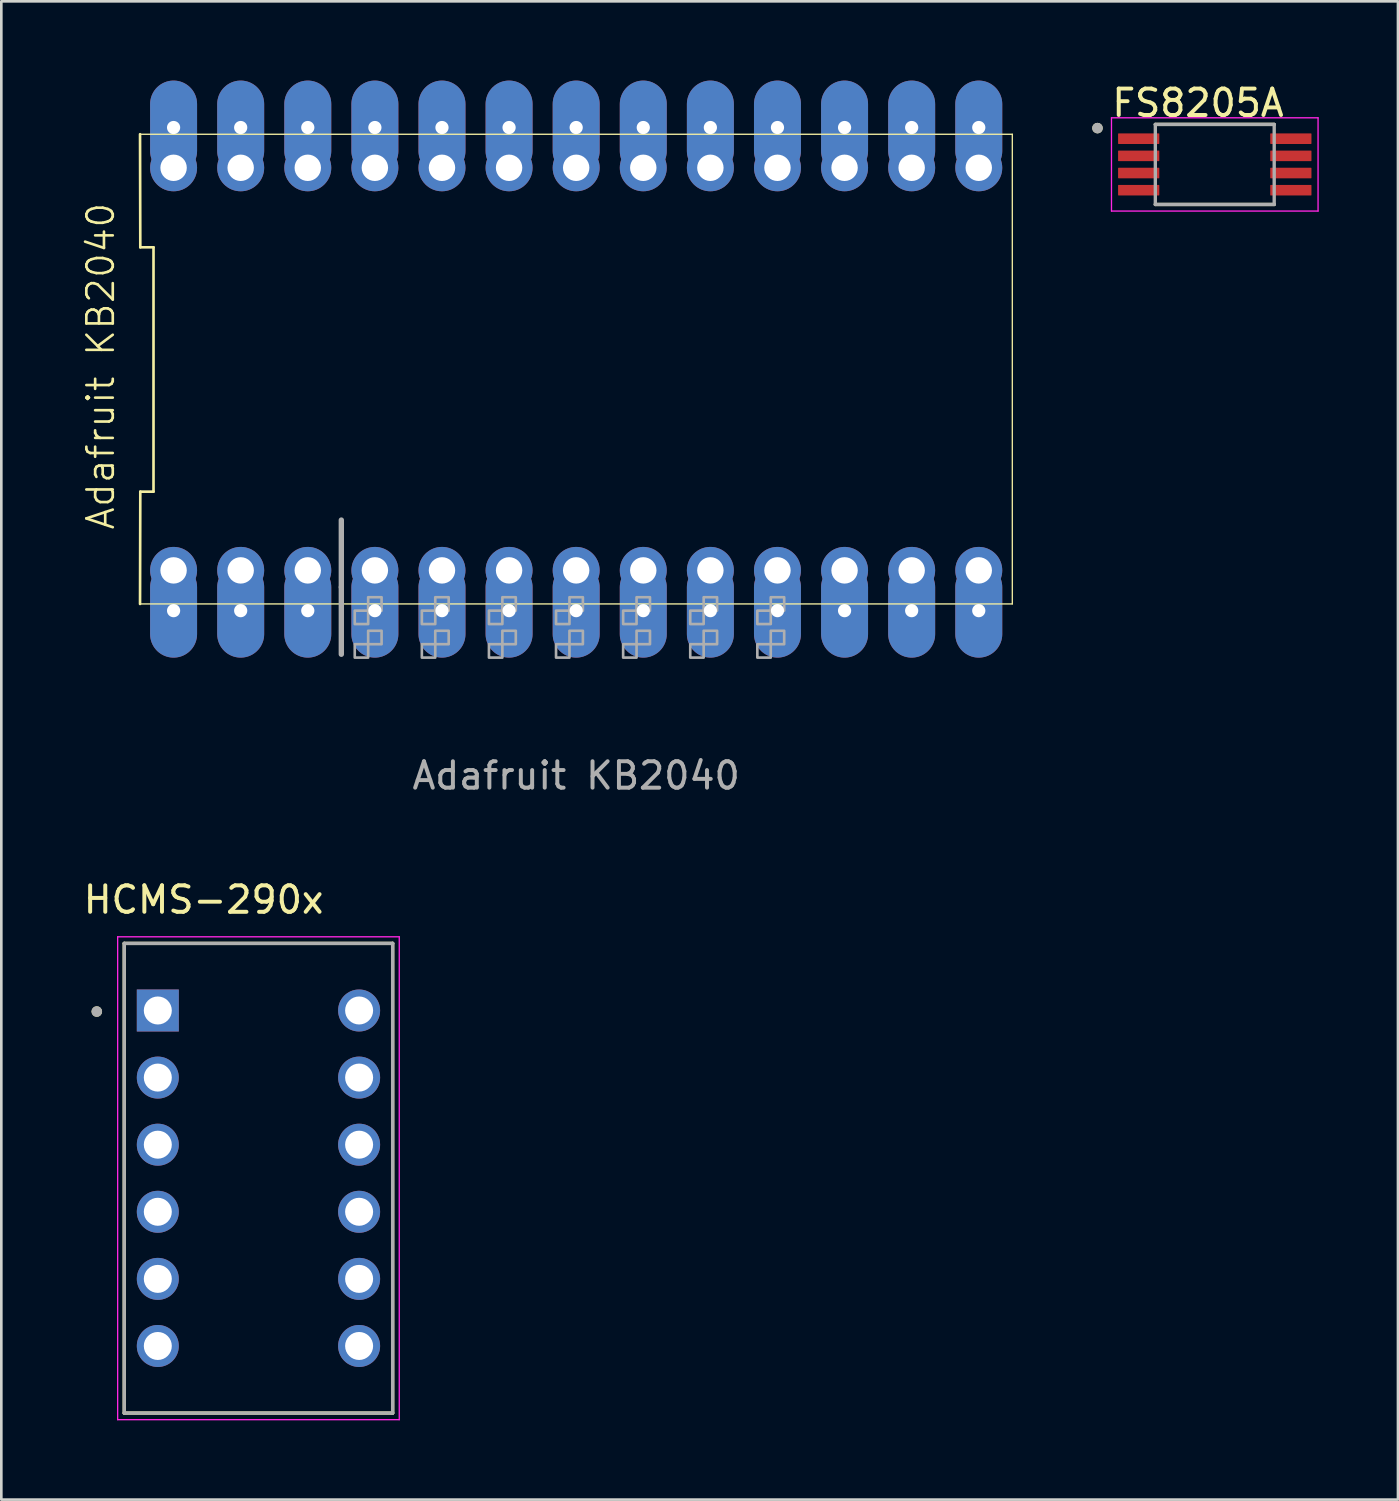
<source format=kicad_pcb>
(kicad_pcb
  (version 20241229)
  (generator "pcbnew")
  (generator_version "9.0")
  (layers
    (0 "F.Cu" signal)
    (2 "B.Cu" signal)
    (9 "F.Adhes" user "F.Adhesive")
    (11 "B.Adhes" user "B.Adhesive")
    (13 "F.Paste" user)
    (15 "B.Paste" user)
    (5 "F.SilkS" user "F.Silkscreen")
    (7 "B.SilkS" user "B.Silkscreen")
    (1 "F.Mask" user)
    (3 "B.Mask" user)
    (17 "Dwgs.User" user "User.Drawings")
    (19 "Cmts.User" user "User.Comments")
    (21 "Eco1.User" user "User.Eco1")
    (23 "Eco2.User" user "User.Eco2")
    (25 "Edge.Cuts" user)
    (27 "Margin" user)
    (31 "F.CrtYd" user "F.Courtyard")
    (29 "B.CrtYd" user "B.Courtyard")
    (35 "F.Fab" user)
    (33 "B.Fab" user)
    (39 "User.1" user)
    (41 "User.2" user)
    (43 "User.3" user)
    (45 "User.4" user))
  (footprint "Adafruit KB2040"
    (layer "F.Cu")
    (at 18.761 23.812)
    (property "Reference" "Adafruit KB2040" (at -18 -13 90) (unlocked yes) (layer "F.SilkS") (effects (font (size 1 1) (thickness 0.1))))
    (attr smd)
    (fp_line (start -16.51 -4) (end 16.51 -4) (stroke (width 0.05) (type solid)) (layer "F.SilkS"))
    (fp_line (start -16.5 -17.5) (end -16.51 -21.78) (stroke (width 0.1) (type default)) (layer "F.SilkS"))
    (fp_line (start -16.5 -17.5) (end -16 -17.5) (stroke (width 0.1) (type default)) (layer "F.SilkS"))
    (fp_line (start -16.5 -8.25) (end -16.51 -4) (stroke (width 0.1) (type default)) (layer "F.SilkS"))
    (fp_line (start -16.5 -8.25) (end -16 -8.25) (stroke (width 0.1) (type default)) (layer "F.SilkS"))
    (fp_line (start -16 -8.25) (end -16 -17.5) (stroke (width 0.1) (type default)) (layer "F.SilkS"))
    (fp_line (start 16.51 -21.78) (end -16.51 -21.78) (stroke (width 0.05) (type solid)) (layer "F.SilkS"))
    (fp_line (start 16.51 -4) (end 16.51 -21.78) (stroke (width 0.05) (type solid)) (layer "F.SilkS"))
    (fp_line (start -8.89 -4.635) (end -8.89 -7.175) (stroke (width 0.203) (type solid)) (layer "F.Fab"))
    (fp_line (start -8.89 -4.635) (end -8.89 -2.095) (stroke (width 0.203) (type solid)) (layer "F.Fab"))
    (fp_poly (pts (xy -7.874 -3.746) (xy -8.382 -3.746) (xy -8.382 -3.238) (xy -7.874 -3.238)) (stroke (width 0.1) (type default)) (fill no) (layer "F.Fab"))
    (fp_poly (pts (xy -7.874 -3.746) (xy -7.366 -3.746) (xy -7.366 -4.254) (xy -7.874 -4.254)) (stroke (width 0.1) (type default)) (fill no) (layer "F.Fab"))
    (fp_poly (pts (xy -7.874 -2.476) (xy -8.382 -2.476) (xy -8.382 -1.968) (xy -7.874 -1.968)) (stroke (width 0.1) (type default)) (fill no) (layer "F.Fab"))
    (fp_poly (pts (xy -7.874 -2.476) (xy -7.366 -2.476) (xy -7.366 -2.984) (xy -7.874 -2.984)) (stroke (width 0.1) (type default)) (fill no) (layer "F.Fab"))
    (fp_poly (pts (xy -5.334 -3.746) (xy -5.842 -3.746) (xy -5.842 -3.238) (xy -5.334 -3.238)) (stroke (width 0.1) (type default)) (fill no) (layer "F.Fab"))
    (fp_poly (pts (xy -5.334 -3.746) (xy -4.826 -3.746) (xy -4.826 -4.254) (xy -5.334 -4.254)) (stroke (width 0.1) (type default)) (fill no) (layer "F.Fab"))
    (fp_poly (pts (xy -5.334 -2.476) (xy -5.842 -2.476) (xy -5.842 -1.968) (xy -5.334 -1.968)) (stroke (width 0.1) (type default)) (fill no) (layer "F.Fab"))
    (fp_poly (pts (xy -5.334 -2.476) (xy -4.826 -2.476) (xy -4.826 -2.984) (xy -5.334 -2.984)) (stroke (width 0.1) (type default)) (fill no) (layer "F.Fab"))
    (fp_poly (pts (xy -2.794 -3.746) (xy -3.302 -3.746) (xy -3.302 -3.238) (xy -2.794 -3.238)) (stroke (width 0.1) (type default)) (fill no) (layer "F.Fab"))
    (fp_poly (pts (xy -2.794 -3.746) (xy -2.286 -3.746) (xy -2.286 -4.254) (xy -2.794 -4.254)) (stroke (width 0.1) (type default)) (fill no) (layer "F.Fab"))
    (fp_poly (pts (xy -2.794 -2.476) (xy -3.302 -2.476) (xy -3.302 -1.968) (xy -2.794 -1.968)) (stroke (width 0.1) (type default)) (fill no) (layer "F.Fab"))
    (fp_poly (pts (xy -2.794 -2.476) (xy -2.286 -2.476) (xy -2.286 -2.984) (xy -2.794 -2.984)) (stroke (width 0.1) (type default)) (fill no) (layer "F.Fab"))
    (fp_poly (pts (xy -0.254 -3.746) (xy -0.762 -3.746) (xy -0.762 -3.238) (xy -0.254 -3.238)) (stroke (width 0.1) (type default)) (fill no) (layer "F.Fab"))
    (fp_poly (pts (xy -0.254 -3.746) (xy 0.254 -3.746) (xy 0.254 -4.254) (xy -0.254 -4.254)) (stroke (width 0.1) (type default)) (fill no) (layer "F.Fab"))
    (fp_poly (pts (xy -0.254 -2.476) (xy -0.762 -2.476) (xy -0.762 -1.968) (xy -0.254 -1.968)) (stroke (width 0.1) (type default)) (fill no) (layer "F.Fab"))
    (fp_poly (pts (xy -0.254 -2.476) (xy 0.254 -2.476) (xy 0.254 -2.984) (xy -0.254 -2.984)) (stroke (width 0.1) (type default)) (fill no) (layer "F.Fab"))
    (fp_poly (pts (xy 2.286 -3.746) (xy 1.778 -3.746) (xy 1.778 -3.238) (xy 2.286 -3.238)) (stroke (width 0.1) (type default)) (fill no) (layer "F.Fab"))
    (fp_poly (pts (xy 2.286 -3.746) (xy 2.794 -3.746) (xy 2.794 -4.254) (xy 2.286 -4.254)) (stroke (width 0.1) (type default)) (fill no) (layer "F.Fab"))
    (fp_poly (pts (xy 2.286 -2.476) (xy 1.778 -2.476) (xy 1.778 -1.968) (xy 2.286 -1.968)) (stroke (width 0.1) (type default)) (fill no) (layer "F.Fab"))
    (fp_poly (pts (xy 2.286 -2.476) (xy 2.794 -2.476) (xy 2.794 -2.984) (xy 2.286 -2.984)) (stroke (width 0.1) (type default)) (fill no) (layer "F.Fab"))
    (fp_poly (pts (xy 4.826 -3.746) (xy 4.318 -3.746) (xy 4.318 -3.238) (xy 4.826 -3.238)) (stroke (width 0.1) (type default)) (fill no) (layer "F.Fab"))
    (fp_poly (pts (xy 4.826 -3.746) (xy 5.334 -3.746) (xy 5.334 -4.254) (xy 4.826 -4.254)) (stroke (width 0.1) (type default)) (fill no) (layer "F.Fab"))
    (fp_poly (pts (xy 4.826 -2.476) (xy 4.318 -2.476) (xy 4.318 -1.968) (xy 4.826 -1.968)) (stroke (width 0.1) (type default)) (fill no) (layer "F.Fab"))
    (fp_poly (pts (xy 4.826 -2.476) (xy 5.334 -2.476) (xy 5.334 -2.984) (xy 4.826 -2.984)) (stroke (width 0.1) (type default)) (fill no) (layer "F.Fab"))
    (fp_poly (pts (xy 7.366 -3.746) (xy 6.858 -3.746) (xy 6.858 -3.238) (xy 7.366 -3.238)) (stroke (width 0.1) (type default)) (fill no) (layer "F.Fab"))
    (fp_poly (pts (xy 7.366 -3.746) (xy 7.874 -3.746) (xy 7.874 -4.254) (xy 7.366 -4.254)) (stroke (width 0.1) (type default)) (fill no) (layer "F.Fab"))
    (fp_poly (pts (xy 7.366 -2.476) (xy 6.858 -2.476) (xy 6.858 -1.968) (xy 7.366 -1.968)) (stroke (width 0.1) (type default)) (fill no) (layer "F.Fab"))
    (fp_poly (pts (xy 7.366 -2.476) (xy 7.874 -2.476) (xy 7.874 -2.984) (xy 7.366 -2.984)) (stroke (width 0.1) (type default)) (fill no) (layer "F.Fab"))
    (fp_text user "${REFERENCE}" (at 0 2.5 0) (unlocked yes) (layer "F.Fab") (effects (font (size 1 1) (thickness 0.15))))
    (pad "1" thru_hole circle (at -15.24 -5.27 90) (size 1.778 1.778) (drill 1) (layers "*.Cu" "*.Mask"))
    (pad "1" thru_hole circle (at 15.24 -20.51 270) (size 1.778 1.778) (drill 1) (layers "*.Cu" "*.Mask"))
    (pad "1C" thru_hole oval (at -15.24 -3.746 90) (size 3.556 1.778) (drill 0.5) (layers "*.Cu" "*.Mask"))
    (pad "1C" thru_hole oval (at 15.24 -22.034 270) (size 3.556 1.778) (drill 0.5) (layers "*.Cu" "*.Mask"))
    (pad "2" thru_hole circle (at -12.7 -5.27 90) (size 1.778 1.778) (drill 1) (layers "*.Cu" "*.Mask"))
    (pad "2" thru_hole circle (at 12.7 -20.51 270) (size 1.778 1.778) (drill 1) (layers "*.Cu" "*.Mask"))
    (pad "2C" thru_hole oval (at -12.7 -3.746 90) (size 3.556 1.778) (drill 0.5) (layers "*.Cu" "*.Mask"))
    (pad "2C" thru_hole oval (at 12.7 -22.034 270) (size 3.556 1.778) (drill 0.5) (layers "*.Cu" "*.Mask"))
    (pad "3" thru_hole circle (at -10.16 -5.27 90) (size 1.778 1.778) (drill 1) (layers "*.Cu" "*.Mask"))
    (pad "3" thru_hole circle (at 10.16 -20.51 270) (size 1.778 1.778) (drill 1) (layers "*.Cu" "*.Mask"))
    (pad "3C" thru_hole oval (at -10.16 -3.746 90) (size 3.556 1.778) (drill 0.5) (layers "*.Cu" "*.Mask"))
    (pad "3C" thru_hole oval (at 10.16 -22.034 270) (size 3.556 1.778) (drill 0.5) (layers "*.Cu" "*.Mask"))
    (pad "4" thru_hole circle (at -7.62 -5.27 90) (size 1.778 1.778) (drill 1) (layers "*.Cu" "*.Mask"))
    (pad "4" thru_hole circle (at 7.62 -20.51 270) (size 1.778 1.778) (drill 1) (layers "*.Cu" "*.Mask"))
    (pad "4C" thru_hole oval (at -7.62 -3.746 90) (size 3.556 1.778) (drill 0.5) (layers "*.Cu" "*.Mask"))
    (pad "4C" thru_hole oval (at 7.62 -22.034 270) (size 3.556 1.778) (drill 0.5) (layers "*.Cu" "*.Mask"))
    (pad "5" thru_hole circle (at -5.08 -5.27 90) (size 1.778 1.778) (drill 1) (layers "*.Cu" "*.Mask"))
    (pad "5" thru_hole circle (at 5.08 -20.51 270) (size 1.778 1.778) (drill 1) (layers "*.Cu" "*.Mask"))
    (pad "5C" thru_hole oval (at -5.08 -3.746 90) (size 3.556 1.778) (drill 0.5) (layers "*.Cu" "*.Mask"))
    (pad "5C" thru_hole oval (at 5.08 -22.034 270) (size 3.556 1.778) (drill 0.5) (layers "*.Cu" "*.Mask"))
    (pad "6" thru_hole circle (at -2.54 -5.27 90) (size 1.778 1.778) (drill 1) (layers "*.Cu" "*.Mask"))
    (pad "6" thru_hole circle (at 2.54 -20.51 270) (size 1.778 1.778) (drill 1) (layers "*.Cu" "*.Mask"))
    (pad "6C" thru_hole oval (at -2.54 -3.746 90) (size 3.556 1.778) (drill 0.5) (layers "*.Cu" "*.Mask"))
    (pad "6C" thru_hole oval (at 2.54 -22.034 270) (size 3.556 1.778) (drill 0.5) (layers "*.Cu" "*.Mask"))
    (pad "7" thru_hole circle (at 0 -20.51 270) (size 1.778 1.778) (drill 1) (layers "*.Cu" "*.Mask"))
    (pad "7" thru_hole circle (at 0 -5.27 90) (size 1.778 1.778) (drill 1) (layers "*.Cu" "*.Mask"))
    (pad "7C" thru_hole oval (at 0 -22.034 270) (size 3.556 1.778) (drill 0.5) (layers "*.Cu" "*.Mask"))
    (pad "7C" thru_hole oval (at 0 -3.746 90) (size 3.556 1.778) (drill 0.5) (layers "*.Cu" "*.Mask"))
    (pad "8" thru_hole circle (at -2.54 -20.51 270) (size 1.778 1.778) (drill 1) (layers "*.Cu" "*.Mask"))
    (pad "8" thru_hole circle (at 2.54 -5.27 90) (size 1.778 1.778) (drill 1) (layers "*.Cu" "*.Mask"))
    (pad "8C" thru_hole oval (at -2.54 -22.034 270) (size 3.556 1.778) (drill 0.5) (layers "*.Cu" "*.Mask"))
    (pad "8C" thru_hole oval (at 2.54 -3.746 90) (size 3.556 1.778) (drill 0.5) (layers "*.Cu" "*.Mask"))
    (pad "9" thru_hole circle (at -5.08 -20.51 270) (size 1.778 1.778) (drill 1) (layers "*.Cu" "*.Mask"))
    (pad "9" thru_hole circle (at 5.08 -5.27 90) (size 1.778 1.778) (drill 1) (layers "*.Cu" "*.Mask"))
    (pad "9C" thru_hole oval (at -5.08 -22.034 270) (size 3.556 1.778) (drill 0.5) (layers "*.Cu" "*.Mask"))
    (pad "9C" thru_hole oval (at 5.08 -3.746 90) (size 3.556 1.778) (drill 0.5) (layers "*.Cu" "*.Mask"))
    (pad "10" thru_hole circle (at -7.62 -20.51 270) (size 1.778 1.778) (drill 1) (layers "*.Cu" "*.Mask"))
    (pad "10" thru_hole circle (at 7.62 -5.27 90) (size 1.778 1.778) (drill 1) (layers "*.Cu" "*.Mask"))
    (pad "10C" thru_hole oval (at -7.62 -22.034 270) (size 3.556 1.778) (drill 0.5) (layers "*.Cu" "*.Mask"))
    (pad "10C" thru_hole oval (at 7.62 -3.746 90) (size 3.556 1.778) (drill 0.5) (layers "*.Cu" "*.Mask"))
    (pad "11" thru_hole circle (at -10.16 -20.51 270) (size 1.778 1.778) (drill 1) (layers "*.Cu" "*.Mask"))
    (pad "11" thru_hole circle (at 10.16 -5.27 90) (size 1.778 1.778) (drill 1) (layers "*.Cu" "*.Mask"))
    (pad "11C" thru_hole oval (at -10.16 -22.034 270) (size 3.556 1.778) (drill 0.5) (layers "*.Cu" "*.Mask"))
    (pad "11C" thru_hole oval (at 10.16 -3.746 90) (size 3.556 1.778) (drill 0.5) (layers "*.Cu" "*.Mask"))
    (pad "12" thru_hole circle (at -12.7 -20.51 270) (size 1.778 1.778) (drill 1) (layers "*.Cu" "*.Mask"))
    (pad "12" thru_hole circle (at 12.7 -5.27 90) (size 1.778 1.778) (drill 1) (layers "*.Cu" "*.Mask"))
    (pad "12C" thru_hole oval (at -12.7 -22.034 270) (size 3.556 1.778) (drill 0.5) (layers "*.Cu" "*.Mask"))
    (pad "12C" thru_hole oval (at 12.7 -3.746 90) (size 3.556 1.778) (drill 0.5) (layers "*.Cu" "*.Mask"))
    (pad "13" thru_hole circle (at -15.24 -20.51 270) (size 1.778 1.778) (drill 1) (layers "*.Cu" "*.Mask"))
    (pad "13" thru_hole circle (at 15.24 -5.27 90) (size 1.778 1.778) (drill 1) (layers "*.Cu" "*.Mask"))
    (pad "13C" thru_hole oval (at -15.24 -22.034 270) (size 3.556 1.778) (drill 0.5) (layers "*.Cu" "*.Mask"))
    (pad "13C" thru_hole oval (at 15.24 -3.746 90) (size 3.556 1.778) (drill 0.5) (layers "*.Cu" "*.Mask")))
  (footprint "FS8205A"
    (layer "F.Cu")
    (at 42.935 3.175)
    (property "Reference" "FS8205A" (at -0.635 -2.327 0) (layer "F.SilkS") (effects (font (size 1 1) (thickness 0.15))))
    (attr smd)
    (fp_line (start -2.25 -1.515) (end 2.25 -1.515) (stroke (width 0.127) (type solid)) (layer "F.SilkS"))
    (fp_line (start -2.25 1.515) (end 2.25 1.515) (stroke (width 0.127) (type solid)) (layer "F.SilkS"))
    (fp_circle (center -4.44 -1.375) (end -4.34 -1.375) (stroke (width 0.2) (type solid)) (fill no) (layer "F.SilkS"))
    (fp_line (start -3.91 -1.765) (end -3.91 1.765) (stroke (width 0.05) (type solid)) (layer "F.CrtYd"))
    (fp_line (start -3.91 -1.765) (end 3.91 -1.765) (stroke (width 0.05) (type solid)) (layer "F.CrtYd"))
    (fp_line (start -3.91 1.765) (end 3.91 1.765) (stroke (width 0.05) (type solid)) (layer "F.CrtYd"))
    (fp_line (start 3.91 -1.765) (end 3.91 1.765) (stroke (width 0.05) (type solid)) (layer "F.CrtYd"))
    (fp_line (start -2.25 -1.515) (end -2.25 1.515) (stroke (width 0.127) (type solid)) (layer "F.Fab"))
    (fp_line (start -2.25 -1.515) (end 2.25 -1.515) (stroke (width 0.127) (type solid)) (layer "F.Fab"))
    (fp_line (start -2.25 1.515) (end 2.25 1.515) (stroke (width 0.127) (type solid)) (layer "F.Fab"))
    (fp_line (start 2.25 -1.515) (end 2.25 1.515) (stroke (width 0.127) (type solid)) (layer "F.Fab"))
    (fp_circle (center -4.44 -1.375) (end -4.34 -1.375) (stroke (width 0.2) (type solid)) (fill no) (layer "F.Fab"))
    (pad "1" smd roundrect (at -2.88 -0.975) (size 1.56 0.4) (layers "F.Cu" "F.Mask" "F.Paste") (roundrect_rratio 0.05))
    (pad "2" smd roundrect (at -2.88 -0.325) (size 1.56 0.4) (layers "F.Cu" "F.Mask" "F.Paste") (roundrect_rratio 0.05))
    (pad "3" smd roundrect (at -2.88 0.325) (size 1.56 0.4) (layers "F.Cu" "F.Mask" "F.Paste") (roundrect_rratio 0.05))
    (pad "4" smd roundrect (at -2.88 0.975) (size 1.56 0.4) (layers "F.Cu" "F.Mask" "F.Paste") (roundrect_rratio 0.05))
    (pad "5" smd roundrect (at 2.88 0.975) (size 1.56 0.4) (layers "F.Cu" "F.Mask" "F.Paste") (roundrect_rratio 0.05))
    (pad "6" smd roundrect (at 2.88 0.325) (size 1.56 0.4) (layers "F.Cu" "F.Mask" "F.Paste") (roundrect_rratio 0.05))
    (pad "7" smd roundrect (at 2.88 -0.325) (size 1.56 0.4) (layers "F.Cu" "F.Mask" "F.Paste") (roundrect_rratio 0.05))
    (pad "8" smd roundrect (at 2.88 -0.975) (size 1.56 0.4) (layers "F.Cu" "F.Mask" "F.Paste") (roundrect_rratio 0.05)))
  (footprint "HCMS-290x"
    (layer "F.Cu")
    (at 6.734 41.552)
    (property "Reference" "HCMS-290x" (at -2.077 -10.542 0) (layer "F.SilkS") (effects (font (size 1.002 1.002) (thickness 0.15))))
    (attr through_hole)
    (fp_line (start -5.08 -8.89) (end -5.08 8.89) (stroke (width 0.127) (type solid)) (layer "F.SilkS"))
    (fp_line (start -5.08 8.89) (end 5.08 8.89) (stroke (width 0.127) (type solid)) (layer "F.SilkS"))
    (fp_line (start 5.08 -8.89) (end -5.08 -8.89) (stroke (width 0.127) (type solid)) (layer "F.SilkS"))
    (fp_line (start 5.08 8.89) (end 5.08 -8.89) (stroke (width 0.127) (type solid)) (layer "F.SilkS"))
    (fp_circle (center -6.12 -6.31) (end -6.02 -6.31) (stroke (width 0.2) (type solid)) (fill no) (layer "F.SilkS"))
    (fp_line (start -5.33 -9.14) (end -5.33 9.14) (stroke (width 0.05) (type solid)) (layer "F.CrtYd"))
    (fp_line (start -5.33 9.14) (end 5.33 9.14) (stroke (width 0.05) (type solid)) (layer "F.CrtYd"))
    (fp_line (start 5.33 -9.14) (end -5.33 -9.14) (stroke (width 0.05) (type solid)) (layer "F.CrtYd"))
    (fp_line (start 5.33 9.14) (end 5.33 -9.14) (stroke (width 0.05) (type solid)) (layer "F.CrtYd"))
    (fp_line (start -5.08 -8.89) (end -5.08 8.89) (stroke (width 0.127) (type solid)) (layer "F.Fab"))
    (fp_line (start -5.08 8.89) (end 5.08 8.89) (stroke (width 0.127) (type solid)) (layer "F.Fab"))
    (fp_line (start 5.08 -8.89) (end -5.08 -8.89) (stroke (width 0.127) (type solid)) (layer "F.Fab"))
    (fp_line (start 5.08 8.89) (end 5.08 -8.89) (stroke (width 0.127) (type solid)) (layer "F.Fab"))
    (fp_circle (center -6.12 -6.31) (end -6.02 -6.31) (stroke (width 0.2) (type solid)) (fill no) (layer "F.Fab"))
    (pad "1" thru_hole rect (at -3.81 -6.35) (size 1.59 1.59) (drill 1.06) (layers "*.Cu" "*.Mask"))
    (pad "2" thru_hole circle (at -3.81 -3.81) (size 1.59 1.59) (drill 1.06) (layers "*.Cu" "*.Mask"))
    (pad "3" thru_hole circle (at -3.81 -1.27) (size 1.59 1.59) (drill 1.06) (layers "*.Cu" "*.Mask"))
    (pad "4" thru_hole circle (at -3.81 1.27) (size 1.59 1.59) (drill 1.06) (layers "*.Cu" "*.Mask"))
    (pad "5" thru_hole circle (at -3.81 3.81) (size 1.59 1.59) (drill 1.06) (layers "*.Cu" "*.Mask"))
    (pad "6" thru_hole circle (at -3.81 6.35) (size 1.59 1.59) (drill 1.06) (layers "*.Cu" "*.Mask"))
    (pad "7" thru_hole circle (at 3.81 6.35) (size 1.59 1.59) (drill 1.06) (layers "*.Cu" "*.Mask"))
    (pad "8" thru_hole circle (at 3.81 3.81) (size 1.59 1.59) (drill 1.06) (layers "*.Cu" "*.Mask"))
    (pad "9" thru_hole circle (at 3.81 1.27) (size 1.59 1.59) (drill 1.06) (layers "*.Cu" "*.Mask"))
    (pad "10" thru_hole circle (at 3.81 -1.27) (size 1.59 1.59) (drill 1.06) (layers "*.Cu" "*.Mask"))
    (pad "11" thru_hole circle (at 3.81 -3.81) (size 1.59 1.59) (drill 1.06) (layers "*.Cu" "*.Mask"))
    (pad "12" thru_hole circle (at 3.81 -6.35) (size 1.59 1.59) (drill 1.06) (layers "*.Cu" "*.Mask")))
  (gr_rect
    (start -3 -3)
    (end 49.87 53.717)
    (stroke (width 0.1) (type default))
    (fill no)
    (layer "Edge.Cuts")))
</source>
